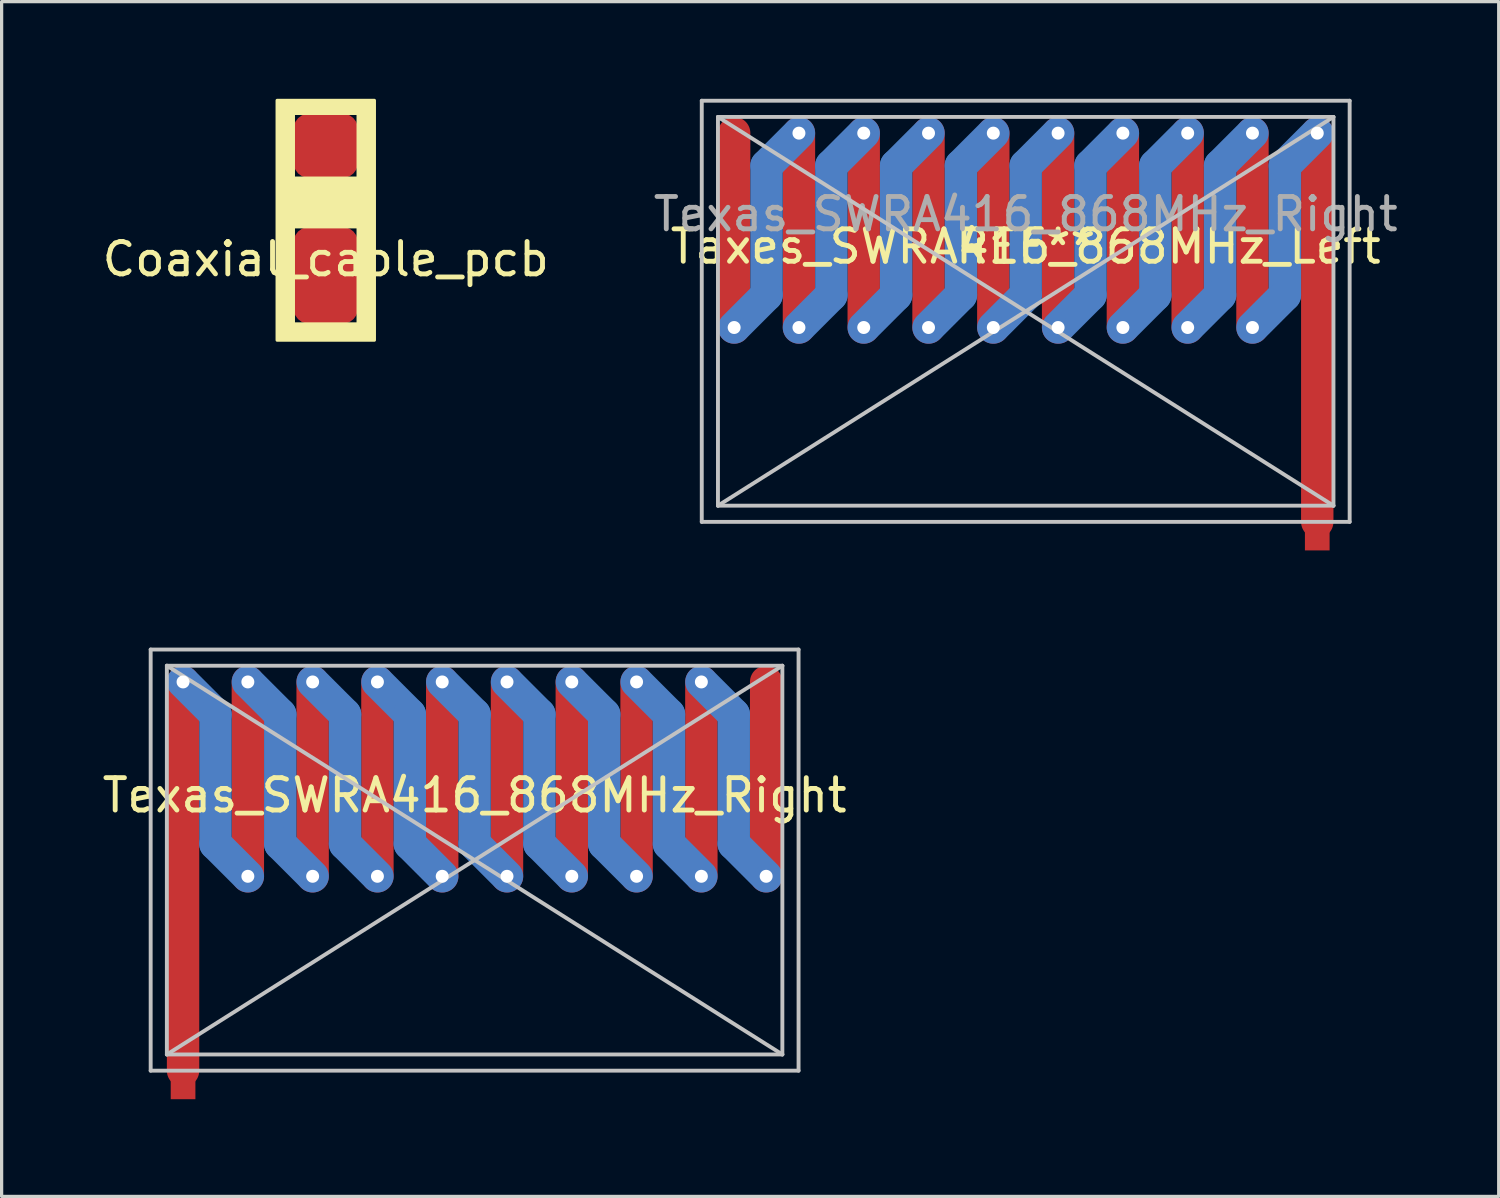
<source format=kicad_pcb>
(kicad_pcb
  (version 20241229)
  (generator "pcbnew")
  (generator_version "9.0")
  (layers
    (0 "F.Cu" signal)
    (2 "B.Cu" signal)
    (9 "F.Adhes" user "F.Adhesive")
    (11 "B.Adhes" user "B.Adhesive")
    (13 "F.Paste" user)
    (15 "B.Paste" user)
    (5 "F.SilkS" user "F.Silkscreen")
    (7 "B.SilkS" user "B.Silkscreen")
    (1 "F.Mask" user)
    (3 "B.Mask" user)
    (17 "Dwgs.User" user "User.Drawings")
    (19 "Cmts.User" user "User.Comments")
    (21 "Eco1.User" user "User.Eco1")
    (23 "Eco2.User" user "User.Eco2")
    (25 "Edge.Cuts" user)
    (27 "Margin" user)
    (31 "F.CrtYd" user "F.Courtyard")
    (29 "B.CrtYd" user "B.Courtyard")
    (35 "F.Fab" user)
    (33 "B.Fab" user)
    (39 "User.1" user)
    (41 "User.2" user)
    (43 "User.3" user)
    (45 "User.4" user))
  (footprint "Coaxial_cable_pcb"
    (layer "F.Cu")
    (at 7.006 4.45)
    (property "Reference" "Coaxial_cable_pcb" (at 0 0.5 0) (layer "F.SilkS") (effects (font (size 1 1) (thickness 0.15))))
    (attr through_hole)
    (fp_poly (pts (xy -1.5 -4.4) (xy -1.5 3) (xy 1.5 3) (xy 1.5 -4.4) (xy 1 -4) (xy 1 -2) (xy -1 -2) (xy -1 -0.5) (xy 1 -0.5) (xy 1 2.5) (xy -1 2.5) (xy -1 -4) (xy 1 -4) (xy 1.5 -4.4)) (stroke (width 0.1) (type solid)) (fill yes) (layer "F.SilkS"))
    (pad "1" smd roundrect (at 0 -3) (size 2 2) (layers "F.Cu" "F.Mask" "F.Paste") (roundrect_rratio 0.25))
    (pad "2" smd roundrect (at 0 1) (size 2 3) (layers "F.Cu" "F.Mask" "F.Paste") (roundrect_rratio 0.25)))
  (footprint "Taxes_SWRA416_868MHz_Left"
    (layer "F.Cu")
    (at 28.613 4.06)
    (property "Reference" "Taxes_SWRA416_868MHz_Left" (at 0 0.5 0) (layer "F.SilkS") (effects (font (size 1 1) (thickness 0.15))))
    (attr through_hole)
    (fp_line (start -9 3) (end -9 -3) (stroke (width 1) (type solid)) (layer "F.Cu"))
    (fp_line (start -7 3) (end -7 -3) (stroke (width 1) (type solid)) (layer "F.Cu"))
    (fp_line (start -5 3) (end -5 -3) (stroke (width 1) (type solid)) (layer "F.Cu"))
    (fp_line (start -3 3) (end -3 -3) (stroke (width 1) (type solid)) (layer "F.Cu"))
    (fp_line (start -1 3) (end -1 -3) (stroke (width 1) (type solid)) (layer "F.Cu"))
    (fp_line (start 1 3) (end 1 -3) (stroke (width 1) (type solid)) (layer "F.Cu"))
    (fp_line (start 3 3) (end 3 -3) (stroke (width 1) (type solid)) (layer "F.Cu"))
    (fp_line (start 5 3) (end 5 -3) (stroke (width 1) (type solid)) (layer "F.Cu"))
    (fp_line (start 7 3) (end 7 -3) (stroke (width 1) (type solid)) (layer "F.Cu"))
    (fp_line (start 9 9) (end 9 -3) (stroke (width 1) (type solid)) (layer "F.Cu"))
    (fp_line (start -8 -2) (end -8 2) (stroke (width 1) (type solid)) (layer "B.Cu"))
    (fp_line (start -8 2) (end -9 3) (stroke (width 1) (type solid)) (layer "B.Cu"))
    (fp_line (start -7 -3) (end -8 -2) (stroke (width 1) (type solid)) (layer "B.Cu"))
    (fp_line (start -6 -2) (end -6 2) (stroke (width 1) (type solid)) (layer "B.Cu"))
    (fp_line (start -6 2) (end -7 3) (stroke (width 1) (type solid)) (layer "B.Cu"))
    (fp_line (start -5 -3) (end -6 -2) (stroke (width 1) (type solid)) (layer "B.Cu"))
    (fp_line (start -4 -2) (end -4 2) (stroke (width 1) (type solid)) (layer "B.Cu"))
    (fp_line (start -4 2) (end -5 3) (stroke (width 1) (type solid)) (layer "B.Cu"))
    (fp_line (start -3 -3) (end -4 -2) (stroke (width 1) (type solid)) (layer "B.Cu"))
    (fp_line (start -2 -2) (end -2 2) (stroke (width 1) (type solid)) (layer "B.Cu"))
    (fp_line (start -2 2) (end -3 3) (stroke (width 1) (type solid)) (layer "B.Cu"))
    (fp_line (start -1 -3) (end -2 -2) (stroke (width 1) (type solid)) (layer "B.Cu"))
    (fp_line (start 0 -2) (end 0 2) (stroke (width 1) (type solid)) (layer "B.Cu"))
    (fp_line (start 0 2) (end -1 3) (stroke (width 1) (type solid)) (layer "B.Cu"))
    (fp_line (start 1 -3) (end 0 -2) (stroke (width 1) (type solid)) (layer "B.Cu"))
    (fp_line (start 2 -2) (end 2 2) (stroke (width 1) (type solid)) (layer "B.Cu"))
    (fp_line (start 2 2) (end 1 3) (stroke (width 1) (type solid)) (layer "B.Cu"))
    (fp_line (start 3 -3) (end 2 -2) (stroke (width 1) (type solid)) (layer "B.Cu"))
    (fp_line (start 4 -2) (end 4 2) (stroke (width 1) (type solid)) (layer "B.Cu"))
    (fp_line (start 4 2) (end 3 3) (stroke (width 1) (type solid)) (layer "B.Cu"))
    (fp_line (start 5 -3) (end 4 -2) (stroke (width 1) (type solid)) (layer "B.Cu"))
    (fp_line (start 6 -2) (end 6 2) (stroke (width 1) (type solid)) (layer "B.Cu"))
    (fp_line (start 6 2) (end 5 3) (stroke (width 1) (type solid)) (layer "B.Cu"))
    (fp_line (start 7 -3) (end 6 -2) (stroke (width 1) (type solid)) (layer "B.Cu"))
    (fp_line (start 8 -2) (end 8 2) (stroke (width 1) (type solid)) (layer "B.Cu"))
    (fp_line (start 8 2) (end 7 3) (stroke (width 1) (type solid)) (layer "B.Cu"))
    (fp_line (start 9 -3) (end 8 -2) (stroke (width 1) (type solid)) (layer "B.Cu"))
    (fp_line (start -10 -4) (end -10 9) (stroke (width 0.12) (type solid)) (layer "Dwgs.User"))
    (fp_line (start -10 9) (end 10 9) (stroke (width 0.12) (type solid)) (layer "Dwgs.User"))
    (fp_line (start -9.5 -3.5) (end -9.5 8.5) (stroke (width 0.12) (type solid)) (layer "Dwgs.User"))
    (fp_line (start -9.5 -3.5) (end 9.5 -3.5) (stroke (width 0.12) (type solid)) (layer "Dwgs.User"))
    (fp_line (start -9.5 8.5) (end 9.5 8.5) (stroke (width 0.12) (type solid)) (layer "Dwgs.User"))
    (fp_line (start 9.5 -3.5) (end -9.5 8.5) (stroke (width 0.12) (type solid)) (layer "Dwgs.User"))
    (fp_line (start 9.5 -3.5) (end 9.5 8.5) (stroke (width 0.12) (type solid)) (layer "Dwgs.User"))
    (fp_line (start 9.5 8.5) (end -9.5 -3.5) (stroke (width 0.12) (type solid)) (layer "Dwgs.User"))
    (fp_line (start 10 -4) (end -10 -4) (stroke (width 0.12) (type solid)) (layer "Dwgs.User"))
    (fp_line (start 10 9) (end 10 -4) (stroke (width 0.12) (type solid)) (layer "Dwgs.User"))
    (fp_text user "REF**" (at 0 0.5 0) (layer "F.SilkS") (effects (font (size 1 1) (thickness 0.15))))
    (fp_text user "PCB Helix Antenna" (at 0.5 4.5 0) (layer "B.Paste") (effects (font (size 1 1) (thickness 0.15))))
    (fp_text user "868MHz" (at 0 6 0) (layer "B.Paste") (effects (font (size 1 1) (thickness 0.15))))
    (fp_text user "Texas_SWRA416_868MHz_Right" (at 0 -0.5 0) (layer "F.Fab") (effects (font (size 1 1) (thickness 0.15))))
    (pad "1" smd rect (at 9 9.5) (size 0.762 0.762) (layers "F.Cu" "F.Mask" "F.Paste"))
    (pad "~" thru_hole circle (at -9 3) (size 0.762 0.762) (drill 0.4) (layers "*.Cu" "*.Mask"))
    (pad "~" thru_hole circle (at -7 -3) (size 0.762 0.762) (drill 0.4) (layers "*.Cu" "*.Mask"))
    (pad "~" thru_hole circle (at -7 3) (size 0.762 0.762) (drill 0.4) (layers "*.Cu" "*.Mask"))
    (pad "~" thru_hole circle (at -5 -3) (size 0.762 0.762) (drill 0.4) (layers "*.Cu" "*.Mask"))
    (pad "~" thru_hole circle (at -5 3) (size 0.762 0.762) (drill 0.4) (layers "*.Cu" "*.Mask"))
    (pad "~" thru_hole circle (at -3 -3) (size 0.762 0.762) (drill 0.4) (layers "*.Cu" "*.Mask"))
    (pad "~" thru_hole circle (at -3 3) (size 0.762 0.762) (drill 0.4) (layers "*.Cu" "*.Mask"))
    (pad "~" thru_hole circle (at -1 -3) (size 0.762 0.762) (drill 0.4) (layers "*.Cu" "*.Mask"))
    (pad "~" thru_hole circle (at -1 3) (size 0.762 0.762) (drill 0.4) (layers "*.Cu" "*.Mask"))
    (pad "~" thru_hole circle (at 1 -3) (size 0.762 0.762) (drill 0.4) (layers "*.Cu" "*.Mask"))
    (pad "~" thru_hole circle (at 1 3) (size 0.762 0.762) (drill 0.4) (layers "*.Cu" "*.Mask"))
    (pad "~" thru_hole circle (at 3 -3) (size 0.762 0.762) (drill 0.4) (layers "*.Cu" "*.Mask"))
    (pad "~" thru_hole circle (at 3 3) (size 0.762 0.762) (drill 0.4) (layers "*.Cu" "*.Mask"))
    (pad "~" thru_hole circle (at 5 -3) (size 0.762 0.762) (drill 0.4) (layers "*.Cu" "*.Mask"))
    (pad "~" thru_hole circle (at 5 3) (size 0.762 0.762) (drill 0.4) (layers "*.Cu" "*.Mask"))
    (pad "~" thru_hole circle (at 7 -3) (size 0.762 0.762) (drill 0.4) (layers "*.Cu" "*.Mask"))
    (pad "~" thru_hole circle (at 7 3) (size 0.762 0.762) (drill 0.4) (layers "*.Cu" "*.Mask"))
    (pad "~" thru_hole circle (at 9 -3) (size 0.762 0.762) (drill 0.4) (layers "*.Cu" "*.Mask")))
  (footprint "Texas_SWRA416_868MHz_Right"
    (layer "F.Cu")
    (at 11.601 21.001)
    (property "Reference" "Texas_SWRA416_868MHz_Right" (at 0 0.5 0) (layer "F.SilkS") (effects (font (size 1 1) (thickness 0.15))))
    (attr through_hole)
    (fp_line (start -9 9) (end -9 -3) (stroke (width 1) (type solid)) (layer "F.Cu"))
    (fp_line (start -7 3) (end -7 -3) (stroke (width 1) (type solid)) (layer "F.Cu"))
    (fp_line (start -5 3) (end -5 -3) (stroke (width 1) (type solid)) (layer "F.Cu"))
    (fp_line (start -3 3) (end -3 -3) (stroke (width 1) (type solid)) (layer "F.Cu"))
    (fp_line (start -1 3) (end -1 -3) (stroke (width 1) (type solid)) (layer "F.Cu"))
    (fp_line (start 1 3) (end 1 -3) (stroke (width 1) (type solid)) (layer "F.Cu"))
    (fp_line (start 3 3) (end 3 -3) (stroke (width 1) (type solid)) (layer "F.Cu"))
    (fp_line (start 5 3) (end 5 -3) (stroke (width 1) (type solid)) (layer "F.Cu"))
    (fp_line (start 7 3) (end 7 -3) (stroke (width 1) (type solid)) (layer "F.Cu"))
    (fp_line (start 9 3) (end 9 -3) (stroke (width 1) (type solid)) (layer "F.Cu"))
    (fp_line (start -9 -3) (end -8 -2) (stroke (width 1) (type solid)) (layer "B.Cu"))
    (fp_line (start -8 -2) (end -8 2) (stroke (width 1) (type solid)) (layer "B.Cu"))
    (fp_line (start -8 2) (end -7 3) (stroke (width 1) (type solid)) (layer "B.Cu"))
    (fp_line (start -7 -3) (end -6 -2) (stroke (width 1) (type solid)) (layer "B.Cu"))
    (fp_line (start -6 -2) (end -6 2) (stroke (width 1) (type solid)) (layer "B.Cu"))
    (fp_line (start -6 2) (end -5 3) (stroke (width 1) (type solid)) (layer "B.Cu"))
    (fp_line (start -5 -3) (end -4 -2) (stroke (width 1) (type solid)) (layer "B.Cu"))
    (fp_line (start -4 -2) (end -4 2) (stroke (width 1) (type solid)) (layer "B.Cu"))
    (fp_line (start -4 2) (end -3 3) (stroke (width 1) (type solid)) (layer "B.Cu"))
    (fp_line (start -3 -3) (end -2 -2) (stroke (width 1) (type solid)) (layer "B.Cu"))
    (fp_line (start -2 -2) (end -2 2) (stroke (width 1) (type solid)) (layer "B.Cu"))
    (fp_line (start -2 2) (end -1 3) (stroke (width 1) (type solid)) (layer "B.Cu"))
    (fp_line (start -1 -3) (end 0 -2) (stroke (width 1) (type solid)) (layer "B.Cu"))
    (fp_line (start 0 -2) (end 0 2) (stroke (width 1) (type solid)) (layer "B.Cu"))
    (fp_line (start 0 2) (end 1 3) (stroke (width 1) (type solid)) (layer "B.Cu"))
    (fp_line (start 1 -3) (end 2 -2) (stroke (width 1) (type solid)) (layer "B.Cu"))
    (fp_line (start 2 -2) (end 2 2) (stroke (width 1) (type solid)) (layer "B.Cu"))
    (fp_line (start 2 2) (end 3 3) (stroke (width 1) (type solid)) (layer "B.Cu"))
    (fp_line (start 3 -3) (end 4 -2) (stroke (width 1) (type solid)) (layer "B.Cu"))
    (fp_line (start 4 -2) (end 4 2) (stroke (width 1) (type solid)) (layer "B.Cu"))
    (fp_line (start 4 2) (end 5 3) (stroke (width 1) (type solid)) (layer "B.Cu"))
    (fp_line (start 5 -3) (end 6 -2) (stroke (width 1) (type solid)) (layer "B.Cu"))
    (fp_line (start 6 -2) (end 6 2) (stroke (width 1) (type solid)) (layer "B.Cu"))
    (fp_line (start 6 2) (end 7 3) (stroke (width 1) (type solid)) (layer "B.Cu"))
    (fp_line (start 7 -3) (end 8 -2) (stroke (width 1) (type solid)) (layer "B.Cu"))
    (fp_line (start 8 -2) (end 8 2) (stroke (width 1) (type solid)) (layer "B.Cu"))
    (fp_line (start 8 2) (end 9 3) (stroke (width 1) (type solid)) (layer "B.Cu"))
    (fp_line (start -10 -4) (end -10 9) (stroke (width 0.12) (type solid)) (layer "Dwgs.User"))
    (fp_line (start -10 9) (end 10 9) (stroke (width 0.12) (type solid)) (layer "Dwgs.User"))
    (fp_line (start -9.5 -3.5) (end -9.5 8.5) (stroke (width 0.12) (type solid)) (layer "Dwgs.User"))
    (fp_line (start -9.5 -3.5) (end 9.5 -3.5) (stroke (width 0.12) (type solid)) (layer "Dwgs.User"))
    (fp_line (start -9.5 8.5) (end 9.5 8.5) (stroke (width 0.12) (type solid)) (layer "Dwgs.User"))
    (fp_line (start 9.5 -3.5) (end -9.5 8.5) (stroke (width 0.12) (type solid)) (layer "Dwgs.User"))
    (fp_line (start 9.5 -3.5) (end 9.5 8.5) (stroke (width 0.12) (type solid)) (layer "Dwgs.User"))
    (fp_line (start 9.5 8.5) (end -9.5 -3.5) (stroke (width 0.12) (type solid)) (layer "Dwgs.User"))
    (fp_line (start 10 -4) (end -10 -4) (stroke (width 0.12) (type solid)) (layer "Dwgs.User"))
    (fp_line (start 10 9) (end 10 -4) (stroke (width 0.12) (type solid)) (layer "Dwgs.User"))
    (fp_text user "PCB Helix Antenna" (at 0.5 4.5 0) (layer "B.Paste") (effects (font (size 1 1) (thickness 0.15))))
    (fp_text user "868MHz" (at 0 6 0) (layer "B.Paste") (effects (font (size 1 1) (thickness 0.15))))
    (pad "1" smd rect (at -9 9.5) (size 0.762 0.762) (layers "F.Cu" "F.Mask" "F.Paste"))
    (pad "~" thru_hole circle (at -9 -3) (size 0.762 0.762) (drill 0.4) (layers "*.Cu" "*.Mask"))
    (pad "~" thru_hole circle (at -7 -3) (size 0.762 0.762) (drill 0.4) (layers "*.Cu" "*.Mask"))
    (pad "~" thru_hole circle (at -7 3) (size 0.762 0.762) (drill 0.4) (layers "*.Cu" "*.Mask"))
    (pad "~" thru_hole circle (at -5 -3) (size 0.762 0.762) (drill 0.4) (layers "*.Cu" "*.Mask"))
    (pad "~" thru_hole circle (at -5 3) (size 0.762 0.762) (drill 0.4) (layers "*.Cu" "*.Mask"))
    (pad "~" thru_hole circle (at -3 -3) (size 0.762 0.762) (drill 0.4) (layers "*.Cu" "*.Mask"))
    (pad "~" thru_hole circle (at -3 3) (size 0.762 0.762) (drill 0.4) (layers "*.Cu" "*.Mask"))
    (pad "~" thru_hole circle (at -1 -3) (size 0.762 0.762) (drill 0.4) (layers "*.Cu" "*.Mask"))
    (pad "~" thru_hole circle (at -1 3) (size 0.762 0.762) (drill 0.4) (layers "*.Cu" "*.Mask"))
    (pad "~" thru_hole circle (at 1 -3) (size 0.762 0.762) (drill 0.4) (layers "*.Cu" "*.Mask"))
    (pad "~" thru_hole circle (at 1 3) (size 0.762 0.762) (drill 0.4) (layers "*.Cu" "*.Mask"))
    (pad "~" thru_hole circle (at 3 -3) (size 0.762 0.762) (drill 0.4) (layers "*.Cu" "*.Mask"))
    (pad "~" thru_hole circle (at 3 3) (size 0.762 0.762) (drill 0.4) (layers "*.Cu" "*.Mask"))
    (pad "~" thru_hole circle (at 5 -3) (size 0.762 0.762) (drill 0.4) (layers "*.Cu" "*.Mask"))
    (pad "~" thru_hole circle (at 5 3) (size 0.762 0.762) (drill 0.4) (layers "*.Cu" "*.Mask"))
    (pad "~" thru_hole circle (at 7 -3) (size 0.762 0.762) (drill 0.4) (layers "*.Cu" "*.Mask"))
    (pad "~" thru_hole circle (at 7 3) (size 0.762 0.762) (drill 0.4) (layers "*.Cu" "*.Mask"))
    (pad "~" thru_hole circle (at 9 3) (size 0.762 0.762) (drill 0.4) (layers "*.Cu" "*.Mask")))
  (gr_rect
    (start -3 -3)
    (end 43.214 33.882)
    (stroke (width 0.1) (type default))
    (fill no)
    (layer "Edge.Cuts")))
</source>
